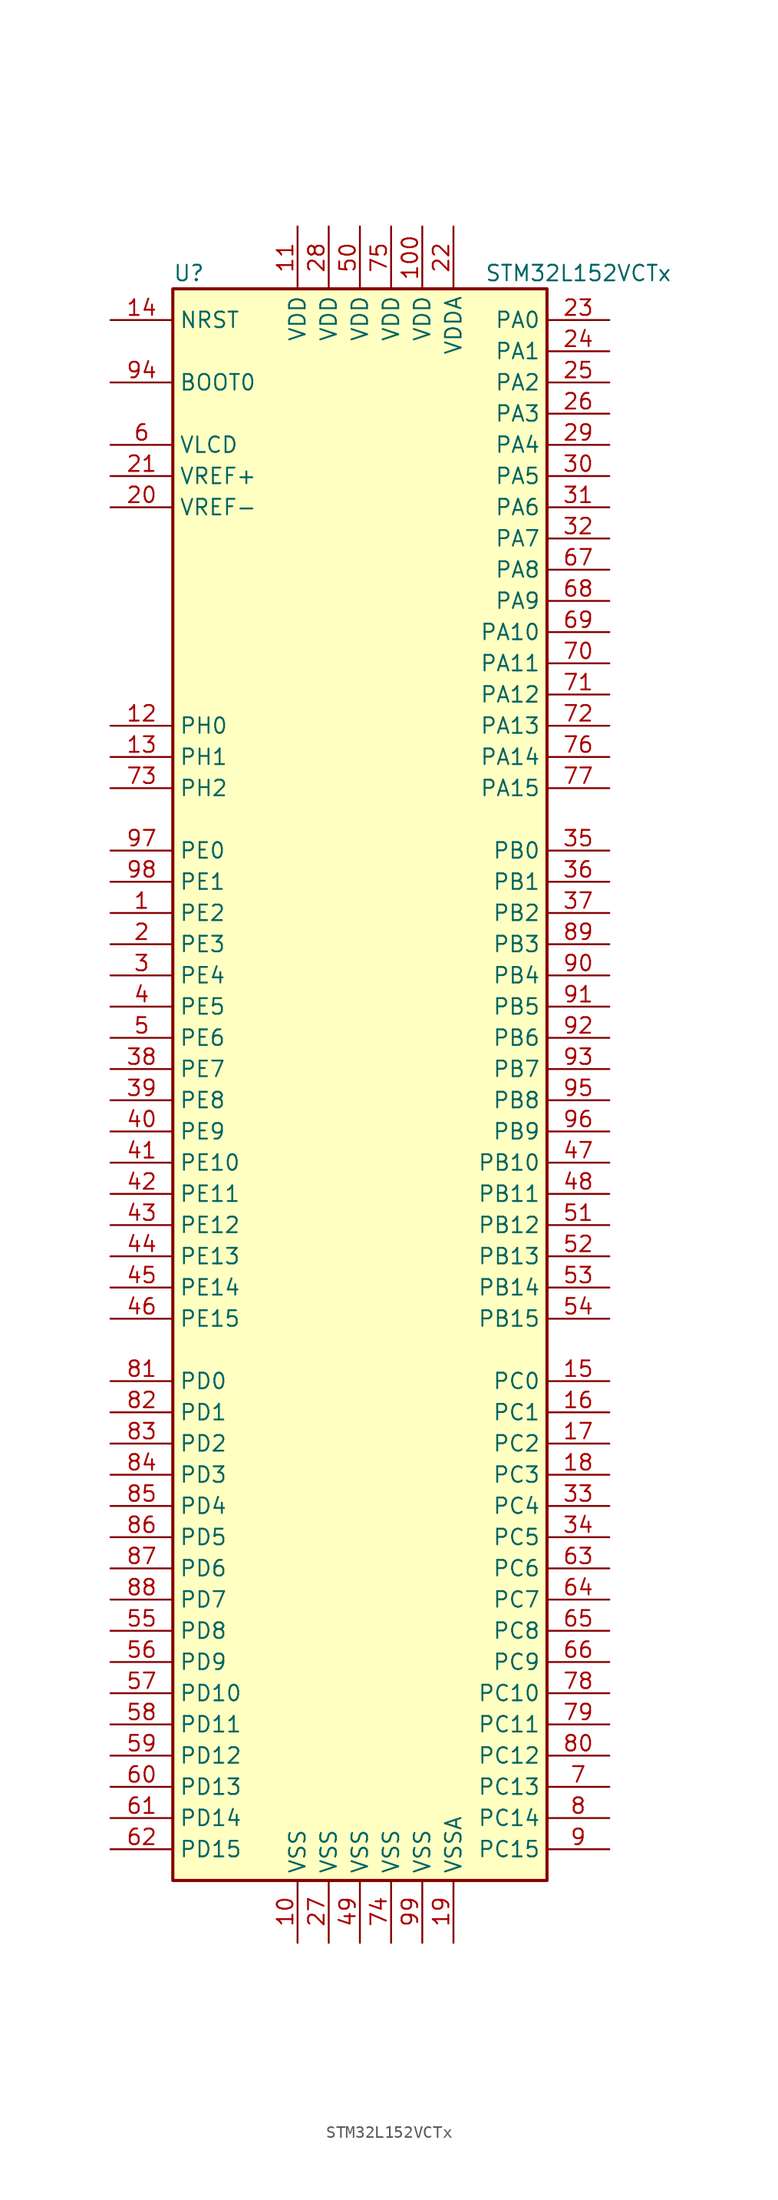
<source format=kicad_sym>
(kicad_symbol_lib
  (version 20201005)
  (generator kicad_symbol_editor)
  (symbol "STM32L152VCTx"
    (property "Reference" "U"
      (at -15.24 64.77 0)
      (effects (font (size 1.27 1.27)) (justify left)))
    (property "Value" "STM32L152VCTx"
      (at 10.16 64.77 0)
      (effects (font (size 1.27 1.27)) (justify left)))
    (symbol "STM32L152VCTx_0_1"
      (rectangle (start -15.24 -66.04) (end 15.24 63.5) (stroke (width 0.254)) (fill (type background))))
    (symbol "STM32L152VCTx_1_1"
      (pin bidirectional line (at -20.32 12.7 0) (length 5.08) (name "PE2" (effects (font (size 1.27 1.27)))) (number "1" (effects (font (size 1.27 1.27)))))
      (pin power_in line (at -5.08 -71.12 90) (length 5.08) (name "VSS" (effects (font (size 1.27 1.27)))) (number "10" (effects (font (size 1.27 1.27)))))
      (pin power_in line (at 5.08 68.58 270) (length 5.08) (name "VDD" (effects (font (size 1.27 1.27)))) (number "100" (effects (font (size 1.27 1.27)))))
      (pin power_in line (at -5.08 68.58 270) (length 5.08) (name "VDD" (effects (font (size 1.27 1.27)))) (number "11" (effects (font (size 1.27 1.27)))))
      (pin input line (at -20.32 27.94 0) (length 5.08) (name "PH0" (effects (font (size 1.27 1.27)))) (number "12" (effects (font (size 1.27 1.27)))))
      (pin input line (at -20.32 25.4 0) (length 5.08) (name "PH1" (effects (font (size 1.27 1.27)))) (number "13" (effects (font (size 1.27 1.27)))))
      (pin input line (at -20.32 60.96 0) (length 5.08) (name "NRST" (effects (font (size 1.27 1.27)))) (number "14" (effects (font (size 1.27 1.27)))))
      (pin bidirectional line (at 20.32 -25.4 180) (length 5.08) (name "PC0" (effects (font (size 1.27 1.27)))) (number "15" (effects (font (size 1.27 1.27)))))
      (pin bidirectional line (at 20.32 -27.94 180) (length 5.08) (name "PC1" (effects (font (size 1.27 1.27)))) (number "16" (effects (font (size 1.27 1.27)))))
      (pin bidirectional line (at 20.32 -30.48 180) (length 5.08) (name "PC2" (effects (font (size 1.27 1.27)))) (number "17" (effects (font (size 1.27 1.27)))))
      (pin bidirectional line (at 20.32 -33.02 180) (length 5.08) (name "PC3" (effects (font (size 1.27 1.27)))) (number "18" (effects (font (size 1.27 1.27)))))
      (pin power_in line (at 7.62 -71.12 90) (length 5.08) (name "VSSA" (effects (font (size 1.27 1.27)))) (number "19" (effects (font (size 1.27 1.27)))))
      (pin bidirectional line (at -20.32 10.16 0) (length 5.08) (name "PE3" (effects (font (size 1.27 1.27)))) (number "2" (effects (font (size 1.27 1.27)))))
      (pin power_in line (at -20.32 45.72 0) (length 5.08) (name "VREF-" (effects (font (size 1.27 1.27)))) (number "20" (effects (font (size 1.27 1.27)))))
      (pin power_in line (at -20.32 48.26 0) (length 5.08) (name "VREF+" (effects (font (size 1.27 1.27)))) (number "21" (effects (font (size 1.27 1.27)))))
      (pin power_in line (at 7.62 68.58 270) (length 5.08) (name "VDDA" (effects (font (size 1.27 1.27)))) (number "22" (effects (font (size 1.27 1.27)))))
      (pin bidirectional line (at 20.32 60.96 180) (length 5.08) (name "PA0" (effects (font (size 1.27 1.27)))) (number "23" (effects (font (size 1.27 1.27)))))
      (pin bidirectional line (at 20.32 58.42 180) (length 5.08) (name "PA1" (effects (font (size 1.27 1.27)))) (number "24" (effects (font (size 1.27 1.27)))))
      (pin bidirectional line (at 20.32 55.88 180) (length 5.08) (name "PA2" (effects (font (size 1.27 1.27)))) (number "25" (effects (font (size 1.27 1.27)))))
      (pin bidirectional line (at 20.32 53.34 180) (length 5.08) (name "PA3" (effects (font (size 1.27 1.27)))) (number "26" (effects (font (size 1.27 1.27)))))
      (pin power_in line (at -2.54 -71.12 90) (length 5.08) (name "VSS" (effects (font (size 1.27 1.27)))) (number "27" (effects (font (size 1.27 1.27)))))
      (pin power_in line (at -2.54 68.58 270) (length 5.08) (name "VDD" (effects (font (size 1.27 1.27)))) (number "28" (effects (font (size 1.27 1.27)))))
      (pin bidirectional line (at 20.32 50.8 180) (length 5.08) (name "PA4" (effects (font (size 1.27 1.27)))) (number "29" (effects (font (size 1.27 1.27)))))
      (pin bidirectional line (at -20.32 7.62 0) (length 5.08) (name "PE4" (effects (font (size 1.27 1.27)))) (number "3" (effects (font (size 1.27 1.27)))))
      (pin bidirectional line (at 20.32 48.26 180) (length 5.08) (name "PA5" (effects (font (size 1.27 1.27)))) (number "30" (effects (font (size 1.27 1.27)))))
      (pin bidirectional line (at 20.32 45.72 180) (length 5.08) (name "PA6" (effects (font (size 1.27 1.27)))) (number "31" (effects (font (size 1.27 1.27)))))
      (pin bidirectional line (at 20.32 43.18 180) (length 5.08) (name "PA7" (effects (font (size 1.27 1.27)))) (number "32" (effects (font (size 1.27 1.27)))))
      (pin bidirectional line (at 20.32 -35.56 180) (length 5.08) (name "PC4" (effects (font (size 1.27 1.27)))) (number "33" (effects (font (size 1.27 1.27)))))
      (pin bidirectional line (at 20.32 -38.1 180) (length 5.08) (name "PC5" (effects (font (size 1.27 1.27)))) (number "34" (effects (font (size 1.27 1.27)))))
      (pin bidirectional line (at 20.32 17.78 180) (length 5.08) (name "PB0" (effects (font (size 1.27 1.27)))) (number "35" (effects (font (size 1.27 1.27)))))
      (pin bidirectional line (at 20.32 15.24 180) (length 5.08) (name "PB1" (effects (font (size 1.27 1.27)))) (number "36" (effects (font (size 1.27 1.27)))))
      (pin bidirectional line (at 20.32 12.7 180) (length 5.08) (name "PB2" (effects (font (size 1.27 1.27)))) (number "37" (effects (font (size 1.27 1.27)))))
      (pin bidirectional line (at -20.32 0 0) (length 5.08) (name "PE7" (effects (font (size 1.27 1.27)))) (number "38" (effects (font (size 1.27 1.27)))))
      (pin bidirectional line (at -20.32 -2.54 0) (length 5.08) (name "PE8" (effects (font (size 1.27 1.27)))) (number "39" (effects (font (size 1.27 1.27)))))
      (pin bidirectional line (at -20.32 5.08 0) (length 5.08) (name "PE5" (effects (font (size 1.27 1.27)))) (number "4" (effects (font (size 1.27 1.27)))))
      (pin bidirectional line (at -20.32 -5.08 0) (length 5.08) (name "PE9" (effects (font (size 1.27 1.27)))) (number "40" (effects (font (size 1.27 1.27)))))
      (pin bidirectional line (at -20.32 -7.62 0) (length 5.08) (name "PE10" (effects (font (size 1.27 1.27)))) (number "41" (effects (font (size 1.27 1.27)))))
      (pin bidirectional line (at -20.32 -10.16 0) (length 5.08) (name "PE11" (effects (font (size 1.27 1.27)))) (number "42" (effects (font (size 1.27 1.27)))))
      (pin bidirectional line (at -20.32 -12.7 0) (length 5.08) (name "PE12" (effects (font (size 1.27 1.27)))) (number "43" (effects (font (size 1.27 1.27)))))
      (pin bidirectional line (at -20.32 -15.24 0) (length 5.08) (name "PE13" (effects (font (size 1.27 1.27)))) (number "44" (effects (font (size 1.27 1.27)))))
      (pin bidirectional line (at -20.32 -17.78 0) (length 5.08) (name "PE14" (effects (font (size 1.27 1.27)))) (number "45" (effects (font (size 1.27 1.27)))))
      (pin bidirectional line (at -20.32 -20.32 0) (length 5.08) (name "PE15" (effects (font (size 1.27 1.27)))) (number "46" (effects (font (size 1.27 1.27)))))
      (pin bidirectional line (at 20.32 -7.62 180) (length 5.08) (name "PB10" (effects (font (size 1.27 1.27)))) (number "47" (effects (font (size 1.27 1.27)))))
      (pin bidirectional line (at 20.32 -10.16 180) (length 5.08) (name "PB11" (effects (font (size 1.27 1.27)))) (number "48" (effects (font (size 1.27 1.27)))))
      (pin power_in line (at 0 -71.12 90) (length 5.08) (name "VSS" (effects (font (size 1.27 1.27)))) (number "49" (effects (font (size 1.27 1.27)))))
      (pin bidirectional line (at -20.32 2.54 0) (length 5.08) (name "PE6" (effects (font (size 1.27 1.27)))) (number "5" (effects (font (size 1.27 1.27)))))
      (pin power_in line (at 0 68.58 270) (length 5.08) (name "VDD" (effects (font (size 1.27 1.27)))) (number "50" (effects (font (size 1.27 1.27)))))
      (pin bidirectional line (at 20.32 -12.7 180) (length 5.08) (name "PB12" (effects (font (size 1.27 1.27)))) (number "51" (effects (font (size 1.27 1.27)))))
      (pin bidirectional line (at 20.32 -15.24 180) (length 5.08) (name "PB13" (effects (font (size 1.27 1.27)))) (number "52" (effects (font (size 1.27 1.27)))))
      (pin bidirectional line (at 20.32 -17.78 180) (length 5.08) (name "PB14" (effects (font (size 1.27 1.27)))) (number "53" (effects (font (size 1.27 1.27)))))
      (pin bidirectional line (at 20.32 -20.32 180) (length 5.08) (name "PB15" (effects (font (size 1.27 1.27)))) (number "54" (effects (font (size 1.27 1.27)))))
      (pin bidirectional line (at -20.32 -45.72 0) (length 5.08) (name "PD8" (effects (font (size 1.27 1.27)))) (number "55" (effects (font (size 1.27 1.27)))))
      (pin bidirectional line (at -20.32 -48.26 0) (length 5.08) (name "PD9" (effects (font (size 1.27 1.27)))) (number "56" (effects (font (size 1.27 1.27)))))
      (pin bidirectional line (at -20.32 -50.8 0) (length 5.08) (name "PD10" (effects (font (size 1.27 1.27)))) (number "57" (effects (font (size 1.27 1.27)))))
      (pin bidirectional line (at -20.32 -53.34 0) (length 5.08) (name "PD11" (effects (font (size 1.27 1.27)))) (number "58" (effects (font (size 1.27 1.27)))))
      (pin bidirectional line (at -20.32 -55.88 0) (length 5.08) (name "PD12" (effects (font (size 1.27 1.27)))) (number "59" (effects (font (size 1.27 1.27)))))
      (pin power_in line (at -20.32 50.8 0) (length 5.08) (name "VLCD" (effects (font (size 1.27 1.27)))) (number "6" (effects (font (size 1.27 1.27)))))
      (pin bidirectional line (at -20.32 -58.42 0) (length 5.08) (name "PD13" (effects (font (size 1.27 1.27)))) (number "60" (effects (font (size 1.27 1.27)))))
      (pin bidirectional line (at -20.32 -60.96 0) (length 5.08) (name "PD14" (effects (font (size 1.27 1.27)))) (number "61" (effects (font (size 1.27 1.27)))))
      (pin bidirectional line (at -20.32 -63.5 0) (length 5.08) (name "PD15" (effects (font (size 1.27 1.27)))) (number "62" (effects (font (size 1.27 1.27)))))
      (pin bidirectional line (at 20.32 -40.64 180) (length 5.08) (name "PC6" (effects (font (size 1.27 1.27)))) (number "63" (effects (font (size 1.27 1.27)))))
      (pin bidirectional line (at 20.32 -43.18 180) (length 5.08) (name "PC7" (effects (font (size 1.27 1.27)))) (number "64" (effects (font (size 1.27 1.27)))))
      (pin bidirectional line (at 20.32 -45.72 180) (length 5.08) (name "PC8" (effects (font (size 1.27 1.27)))) (number "65" (effects (font (size 1.27 1.27)))))
      (pin bidirectional line (at 20.32 -48.26 180) (length 5.08) (name "PC9" (effects (font (size 1.27 1.27)))) (number "66" (effects (font (size 1.27 1.27)))))
      (pin bidirectional line (at 20.32 40.64 180) (length 5.08) (name "PA8" (effects (font (size 1.27 1.27)))) (number "67" (effects (font (size 1.27 1.27)))))
      (pin bidirectional line (at 20.32 38.1 180) (length 5.08) (name "PA9" (effects (font (size 1.27 1.27)))) (number "68" (effects (font (size 1.27 1.27)))))
      (pin bidirectional line (at 20.32 35.56 180) (length 5.08) (name "PA10" (effects (font (size 1.27 1.27)))) (number "69" (effects (font (size 1.27 1.27)))))
      (pin bidirectional line (at 20.32 -58.42 180) (length 5.08) (name "PC13" (effects (font (size 1.27 1.27)))) (number "7" (effects (font (size 1.27 1.27)))))
      (pin bidirectional line (at 20.32 33.02 180) (length 5.08) (name "PA11" (effects (font (size 1.27 1.27)))) (number "70" (effects (font (size 1.27 1.27)))))
      (pin bidirectional line (at 20.32 30.48 180) (length 5.08) (name "PA12" (effects (font (size 1.27 1.27)))) (number "71" (effects (font (size 1.27 1.27)))))
      (pin bidirectional line (at 20.32 27.94 180) (length 5.08) (name "PA13" (effects (font (size 1.27 1.27)))) (number "72" (effects (font (size 1.27 1.27)))))
      (pin bidirectional line (at -20.32 22.86 0) (length 5.08) (name "PH2" (effects (font (size 1.27 1.27)))) (number "73" (effects (font (size 1.27 1.27)))))
      (pin power_in line (at 2.54 -71.12 90) (length 5.08) (name "VSS" (effects (font (size 1.27 1.27)))) (number "74" (effects (font (size 1.27 1.27)))))
      (pin power_in line (at 2.54 68.58 270) (length 5.08) (name "VDD" (effects (font (size 1.27 1.27)))) (number "75" (effects (font (size 1.27 1.27)))))
      (pin bidirectional line (at 20.32 25.4 180) (length 5.08) (name "PA14" (effects (font (size 1.27 1.27)))) (number "76" (effects (font (size 1.27 1.27)))))
      (pin bidirectional line (at 20.32 22.86 180) (length 5.08) (name "PA15" (effects (font (size 1.27 1.27)))) (number "77" (effects (font (size 1.27 1.27)))))
      (pin bidirectional line (at 20.32 -50.8 180) (length 5.08) (name "PC10" (effects (font (size 1.27 1.27)))) (number "78" (effects (font (size 1.27 1.27)))))
      (pin bidirectional line (at 20.32 -53.34 180) (length 5.08) (name "PC11" (effects (font (size 1.27 1.27)))) (number "79" (effects (font (size 1.27 1.27)))))
      (pin bidirectional line (at 20.32 -60.96 180) (length 5.08) (name "PC14" (effects (font (size 1.27 1.27)))) (number "8" (effects (font (size 1.27 1.27)))))
      (pin bidirectional line (at 20.32 -55.88 180) (length 5.08) (name "PC12" (effects (font (size 1.27 1.27)))) (number "80" (effects (font (size 1.27 1.27)))))
      (pin bidirectional line (at -20.32 -25.4 0) (length 5.08) (name "PD0" (effects (font (size 1.27 1.27)))) (number "81" (effects (font (size 1.27 1.27)))))
      (pin bidirectional line (at -20.32 -27.94 0) (length 5.08) (name "PD1" (effects (font (size 1.27 1.27)))) (number "82" (effects (font (size 1.27 1.27)))))
      (pin bidirectional line (at -20.32 -30.48 0) (length 5.08) (name "PD2" (effects (font (size 1.27 1.27)))) (number "83" (effects (font (size 1.27 1.27)))))
      (pin bidirectional line (at -20.32 -33.02 0) (length 5.08) (name "PD3" (effects (font (size 1.27 1.27)))) (number "84" (effects (font (size 1.27 1.27)))))
      (pin bidirectional line (at -20.32 -35.56 0) (length 5.08) (name "PD4" (effects (font (size 1.27 1.27)))) (number "85" (effects (font (size 1.27 1.27)))))
      (pin bidirectional line (at -20.32 -38.1 0) (length 5.08) (name "PD5" (effects (font (size 1.27 1.27)))) (number "86" (effects (font (size 1.27 1.27)))))
      (pin bidirectional line (at -20.32 -40.64 0) (length 5.08) (name "PD6" (effects (font (size 1.27 1.27)))) (number "87" (effects (font (size 1.27 1.27)))))
      (pin bidirectional line (at -20.32 -43.18 0) (length 5.08) (name "PD7" (effects (font (size 1.27 1.27)))) (number "88" (effects (font (size 1.27 1.27)))))
      (pin bidirectional line (at 20.32 10.16 180) (length 5.08) (name "PB3" (effects (font (size 1.27 1.27)))) (number "89" (effects (font (size 1.27 1.27)))))
      (pin bidirectional line (at 20.32 -63.5 180) (length 5.08) (name "PC15" (effects (font (size 1.27 1.27)))) (number "9" (effects (font (size 1.27 1.27)))))
      (pin bidirectional line (at 20.32 7.62 180) (length 5.08) (name "PB4" (effects (font (size 1.27 1.27)))) (number "90" (effects (font (size 1.27 1.27)))))
      (pin bidirectional line (at 20.32 5.08 180) (length 5.08) (name "PB5" (effects (font (size 1.27 1.27)))) (number "91" (effects (font (size 1.27 1.27)))))
      (pin bidirectional line (at 20.32 2.54 180) (length 5.08) (name "PB6" (effects (font (size 1.27 1.27)))) (number "92" (effects (font (size 1.27 1.27)))))
      (pin bidirectional line (at 20.32 0 180) (length 5.08) (name "PB7" (effects (font (size 1.27 1.27)))) (number "93" (effects (font (size 1.27 1.27)))))
      (pin input line (at -20.32 55.88 0) (length 5.08) (name "BOOT0" (effects (font (size 1.27 1.27)))) (number "94" (effects (font (size 1.27 1.27)))))
      (pin bidirectional line (at 20.32 -2.54 180) (length 5.08) (name "PB8" (effects (font (size 1.27 1.27)))) (number "95" (effects (font (size 1.27 1.27)))))
      (pin bidirectional line (at 20.32 -5.08 180) (length 5.08) (name "PB9" (effects (font (size 1.27 1.27)))) (number "96" (effects (font (size 1.27 1.27)))))
      (pin bidirectional line (at -20.32 17.78 0) (length 5.08) (name "PE0" (effects (font (size 1.27 1.27)))) (number "97" (effects (font (size 1.27 1.27)))))
      (pin bidirectional line (at -20.32 15.24 0) (length 5.08) (name "PE1" (effects (font (size 1.27 1.27)))) (number "98" (effects (font (size 1.27 1.27)))))
      (pin power_in line (at 5.08 -71.12 90) (length 5.08) (name "VSS" (effects (font (size 1.27 1.27)))) (number "99" (effects (font (size 1.27 1.27))))))))
</source>
